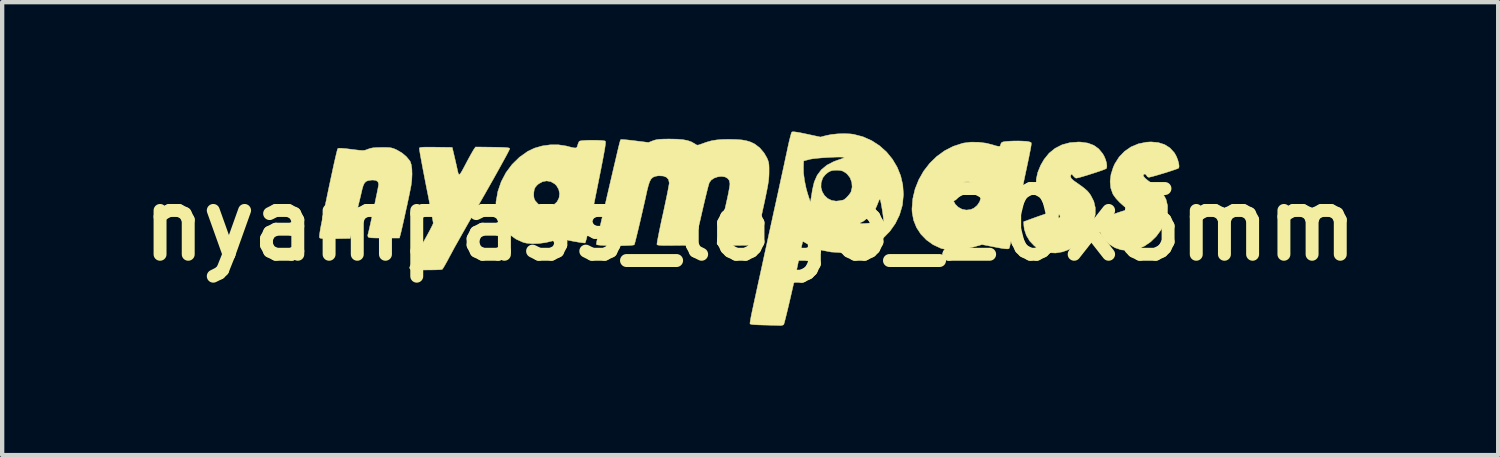
<source format=kicad_pcb>
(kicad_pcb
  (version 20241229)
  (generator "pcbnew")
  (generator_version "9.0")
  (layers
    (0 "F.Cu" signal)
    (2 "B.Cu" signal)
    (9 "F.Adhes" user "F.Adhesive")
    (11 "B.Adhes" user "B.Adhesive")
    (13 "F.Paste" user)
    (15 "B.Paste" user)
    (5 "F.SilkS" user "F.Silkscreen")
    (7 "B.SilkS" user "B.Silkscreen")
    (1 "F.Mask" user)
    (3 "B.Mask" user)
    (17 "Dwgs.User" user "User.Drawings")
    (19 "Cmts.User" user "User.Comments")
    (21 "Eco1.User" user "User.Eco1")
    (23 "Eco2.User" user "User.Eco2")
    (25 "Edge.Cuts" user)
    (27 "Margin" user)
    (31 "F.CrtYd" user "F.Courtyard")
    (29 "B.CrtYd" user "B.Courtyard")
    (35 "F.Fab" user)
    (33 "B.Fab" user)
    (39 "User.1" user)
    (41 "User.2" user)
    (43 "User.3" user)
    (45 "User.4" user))
  (footprint "nyampass_logo_20x5mm"
    (layer "F.Cu")
    (at 14.34 2.155)
    (property "Reference" "nyampass_logo_20x5mm" (at 0 0 0) (layer "F.SilkS") (effects (font (size 1.524 1.524) (thickness 0.3))))
    (attr through_hole)
    (fp_poly (pts (xy 7.664 -1.911) (xy 7.828 -1.888) (xy 7.966 -1.836) (xy 8.08 -1.754) (xy 8.172 -1.642) (xy 8.207 -1.581) (xy 8.24 -1.502) (xy 8.262 -1.422) (xy 8.269 -1.352) (xy 8.261 -1.305) (xy 8.257 -1.3) (xy 8.234 -1.287) (xy 8.181 -1.266) (xy 8.105 -1.239) (xy 8.013 -1.208) (xy 7.913 -1.176) (xy 7.813 -1.144) (xy 7.719 -1.116) (xy 7.639 -1.093) (xy 7.581 -1.079) (xy 7.553 -1.075) (xy 7.529 -1.089) (xy 7.495 -1.123) (xy 7.49 -1.128) (xy 7.461 -1.162) (xy 7.444 -1.166) (xy 7.434 -1.148) (xy 7.427 -1.106) (xy 7.446 -1.066) (xy 7.494 -1.022) (xy 7.526 -0.998) (xy 7.634 -0.923) (xy 7.715 -0.864) (xy 7.774 -0.816) (xy 7.82 -0.774) (xy 7.856 -0.732) (xy 7.889 -0.685) (xy 7.893 -0.68) (xy 7.966 -0.538) (xy 8.001 -0.388) (xy 7.999 -0.23) (xy 7.958 -0.062) (xy 7.901 0.075) (xy 7.805 0.235) (xy 7.687 0.373) (xy 7.55 0.487) (xy 7.4 0.575) (xy 7.242 0.633) (xy 7.081 0.66) (xy 6.921 0.652) (xy 6.857 0.638) (xy 6.714 0.58) (xy 6.587 0.494) (xy 6.482 0.383) (xy 6.404 0.254) (xy 6.356 0.113) (xy 6.345 0.024) (xy 6.34 -0.066) (xy 6.653 -0.179) (xy 6.759 -0.216) (xy 6.854 -0.248) (xy 6.932 -0.273) (xy 6.985 -0.289) (xy 7.005 -0.292) (xy 7.044 -0.274) (xy 7.083 -0.22) (xy 7.118 -0.17) (xy 7.151 -0.148) (xy 7.176 -0.158) (xy 7.185 -0.186) (xy 7.177 -0.215) (xy 7.144 -0.251) (xy 7.08 -0.297) (xy 7.071 -0.303) (xy 6.958 -0.388) (xy 6.851 -0.488) (xy 6.76 -0.593) (xy 6.692 -0.695) (xy 6.663 -0.755) (xy 6.63 -0.894) (xy 6.632 -1.047) (xy 6.667 -1.208) (xy 6.735 -1.374) (xy 6.814 -1.51) (xy 6.931 -1.655) (xy 7.071 -1.768) (xy 7.233 -1.85) (xy 7.413 -1.898) (xy 7.611 -1.913) (xy 7.664 -1.911)) (stroke (width 0.01) (type solid)) (fill yes) (layer "F.SilkS"))
    (fp_poly (pts (xy 9.461 -1.9) (xy 9.607 -1.854) (xy 9.728 -1.778) (xy 9.828 -1.67) (xy 9.846 -1.643) (xy 9.883 -1.574) (xy 9.913 -1.496) (xy 9.934 -1.42) (xy 9.943 -1.356) (xy 9.937 -1.314) (xy 9.932 -1.308) (xy 9.908 -1.296) (xy 9.853 -1.276) (xy 9.776 -1.25) (xy 9.684 -1.22) (xy 9.584 -1.189) (xy 9.484 -1.159) (xy 9.392 -1.132) (xy 9.314 -1.111) (xy 9.26 -1.098) (xy 9.238 -1.095) (xy 9.206 -1.111) (xy 9.193 -1.133) (xy 9.169 -1.166) (xy 9.136 -1.17) (xy 9.114 -1.151) (xy 9.117 -1.121) (xy 9.152 -1.077) (xy 9.215 -1.023) (xy 9.303 -0.961) (xy 9.313 -0.954) (xy 9.459 -0.844) (xy 9.568 -0.72) (xy 9.64 -0.584) (xy 9.676 -0.437) (xy 9.674 -0.28) (xy 9.664 -0.219) (xy 9.61 -0.042) (xy 9.525 0.124) (xy 9.415 0.273) (xy 9.285 0.4) (xy 9.14 0.499) (xy 9.041 0.544) (xy 8.931 0.574) (xy 8.807 0.592) (xy 8.686 0.595) (xy 8.599 0.586) (xy 8.458 0.538) (xy 8.328 0.46) (xy 8.218 0.358) (xy 8.137 0.239) (xy 8.13 0.224) (xy 8.102 0.153) (xy 8.079 0.076) (xy 8.063 0.001) (xy 8.057 -0.06) (xy 8.062 -0.097) (xy 8.064 -0.101) (xy 8.089 -0.114) (xy 8.143 -0.136) (xy 8.219 -0.166) (xy 8.309 -0.199) (xy 8.406 -0.234) (xy 8.501 -0.267) (xy 8.588 -0.296) (xy 8.658 -0.318) (xy 8.703 -0.33) (xy 8.715 -0.332) (xy 8.746 -0.315) (xy 8.773 -0.273) (xy 8.773 -0.273) (xy 8.802 -0.225) (xy 8.836 -0.193) (xy 8.868 -0.184) (xy 8.878 -0.19) (xy 8.89 -0.225) (xy 8.864 -0.27) (xy 8.8 -0.324) (xy 8.788 -0.332) (xy 8.676 -0.416) (xy 8.573 -0.507) (xy 8.485 -0.6) (xy 8.422 -0.685) (xy 8.407 -0.711) (xy 8.359 -0.848) (xy 8.345 -1) (xy 8.365 -1.162) (xy 8.418 -1.329) (xy 8.452 -1.405) (xy 8.553 -1.565) (xy 8.68 -1.697) (xy 8.83 -1.8) (xy 9 -1.871) (xy 9.185 -1.909) (xy 9.292 -1.915) (xy 9.461 -1.9)) (stroke (width 0.01) (type solid)) (fill yes) (layer "F.SilkS"))
    (fp_poly (pts (xy -3.521 -1.952) (xy -3.443 -1.948) (xy -3.385 -1.942) (xy -3.361 -1.935) (xy -3.355 -1.927) (xy -3.353 -1.909) (xy -3.354 -1.88) (xy -3.359 -1.836) (xy -3.368 -1.774) (xy -3.382 -1.692) (xy -3.401 -1.587) (xy -3.426 -1.456) (xy -3.457 -1.296) (xy -3.495 -1.105) (xy -3.54 -0.88) (xy -3.566 -0.75) (xy -3.62 -0.48) (xy -3.668 -0.246) (xy -3.71 -0.049) (xy -3.745 0.112) (xy -3.773 0.239) (xy -3.796 0.332) (xy -3.813 0.393) (xy -3.824 0.423) (xy -3.827 0.426) (xy -3.856 0.426) (xy -3.914 0.419) (xy -3.996 0.406) (xy -4.093 0.389) (xy -4.13 0.382) (xy -4.406 0.328) (xy -4.582 0.38) (xy -4.741 0.418) (xy -4.902 0.439) (xy -5.054 0.444) (xy -5.188 0.431) (xy -5.26 0.413) (xy -5.426 0.339) (xy -5.572 0.236) (xy -5.695 0.109) (xy -5.791 -0.037) (xy -5.858 -0.198) (xy -5.892 -0.368) (xy -5.892 -0.525) (xy -5.869 -0.65) (xy -5.017 -0.65) (xy -5.005 -0.594) (xy -4.984 -0.552) (xy -4.915 -0.476) (xy -4.826 -0.427) (xy -4.728 -0.408) (xy -4.628 -0.421) (xy -4.55 -0.458) (xy -4.474 -0.53) (xy -4.43 -0.619) (xy -4.418 -0.715) (xy -4.437 -0.812) (xy -4.488 -0.9) (xy -4.531 -0.943) (xy -4.621 -0.995) (xy -4.718 -1.012) (xy -4.816 -0.993) (xy -4.909 -0.94) (xy -4.943 -0.909) (xy -4.983 -0.862) (xy -5.004 -0.816) (xy -5.014 -0.753) (xy -5.016 -0.728) (xy -5.017 -0.65) (xy -5.869 -0.65) (xy -5.849 -0.766) (xy -5.771 -0.993) (xy -5.66 -1.204) (xy -5.518 -1.394) (xy -5.347 -1.561) (xy -5.155 -1.697) (xy -4.999 -1.771) (xy -4.821 -1.822) (xy -4.632 -1.848) (xy -4.443 -1.848) (xy -4.265 -1.821) (xy -4.25 -1.817) (xy -4.154 -1.792) (xy -4.089 -1.778) (xy -4.047 -1.775) (xy -4.024 -1.783) (xy -4.01 -1.804) (xy -4 -1.837) (xy -3.983 -1.889) (xy -3.964 -1.927) (xy -3.962 -1.929) (xy -3.936 -1.939) (xy -3.879 -1.946) (xy -3.8 -1.951) (xy -3.709 -1.954) (xy -3.613 -1.954) (xy -3.521 -1.952)) (stroke (width 0.01) (type solid)) (fill yes) (layer "F.SilkS"))
    (fp_poly (pts (xy 6.31 -1.934) (xy 6.396 -1.929) (xy 6.461 -1.92) (xy 6.495 -1.908) (xy 6.502 -1.905) (xy 6.507 -1.903) (xy 6.512 -1.9) (xy 6.515 -1.893) (xy 6.517 -1.882) (xy 6.516 -1.862) (xy 6.513 -1.832) (xy 6.506 -1.79) (xy 6.496 -1.733) (xy 6.481 -1.66) (xy 6.463 -1.567) (xy 6.439 -1.453) (xy 6.41 -1.315) (xy 6.375 -1.151) (xy 6.335 -0.959) (xy 6.287 -0.736) (xy 6.233 -0.481) (xy 6.171 -0.19) (xy 6.143 -0.061) (xy 6.112 0.087) (xy 6.082 0.222) (xy 6.056 0.34) (xy 6.034 0.436) (xy 6.018 0.506) (xy 6.008 0.544) (xy 6.006 0.55) (xy 5.992 0.561) (xy 5.963 0.565) (xy 5.915 0.562) (xy 5.842 0.553) (xy 5.74 0.535) (xy 5.638 0.515) (xy 5.373 0.464) (xy 5.192 0.517) (xy 5.062 0.548) (xy 4.92 0.57) (xy 4.776 0.582) (xy 4.639 0.583) (xy 4.52 0.574) (xy 4.427 0.553) (xy 4.425 0.552) (xy 4.244 0.469) (xy 4.088 0.358) (xy 3.958 0.224) (xy 3.857 0.07) (xy 3.789 -0.1) (xy 3.755 -0.283) (xy 3.751 -0.363) (xy 3.77 -0.597) (xy 3.786 -0.667) (xy 4.689 -0.667) (xy 4.707 -0.561) (xy 4.754 -0.471) (xy 4.825 -0.401) (xy 4.913 -0.354) (xy 5.011 -0.335) (xy 5.112 -0.347) (xy 5.186 -0.379) (xy 5.265 -0.445) (xy 5.321 -0.53) (xy 5.35 -0.627) (xy 5.35 -0.724) (xy 5.326 -0.797) (xy 5.257 -0.893) (xy 5.17 -0.958) (xy 5.069 -0.99) (xy 4.963 -0.987) (xy 4.864 -0.951) (xy 4.786 -0.89) (xy 4.726 -0.806) (xy 4.693 -0.711) (xy 4.689 -0.667) (xy 3.786 -0.667) (xy 3.823 -0.823) (xy 3.908 -1.037) (xy 4.021 -1.237) (xy 4.161 -1.418) (xy 4.324 -1.577) (xy 4.507 -1.71) (xy 4.708 -1.813) (xy 4.923 -1.883) (xy 4.95 -1.889) (xy 5.114 -1.91) (xy 5.294 -1.908) (xy 5.475 -1.885) (xy 5.616 -1.849) (xy 5.702 -1.823) (xy 5.757 -1.812) (xy 5.788 -1.814) (xy 5.801 -1.83) (xy 5.803 -1.846) (xy 5.816 -1.881) (xy 5.834 -1.904) (xy 5.866 -1.916) (xy 5.928 -1.926) (xy 6.012 -1.932) (xy 6.11 -1.936) (xy 6.212 -1.937) (xy 6.31 -1.934)) (stroke (width 0.01) (type solid)) (fill yes) (layer "F.SilkS"))
    (fp_poly (pts (xy -5.973 -1.793) (xy -5.836 -1.791) (xy -5.735 -1.788) (xy -5.663 -1.784) (xy -5.615 -1.779) (xy -5.587 -1.772) (xy -5.575 -1.763) (xy -5.573 -1.758) (xy -5.582 -1.736) (xy -5.608 -1.684) (xy -5.65 -1.603) (xy -5.708 -1.498) (xy -5.778 -1.37) (xy -5.859 -1.224) (xy -5.95 -1.061) (xy -6.05 -0.885) (xy -6.155 -0.699) (xy -6.175 -0.664) (xy -6.285 -0.473) (xy -6.39 -0.288) (xy -6.489 -0.113) (xy -6.581 0.048) (xy -6.663 0.193) (xy -6.733 0.317) (xy -6.79 0.418) (xy -6.832 0.492) (xy -6.856 0.535) (xy -6.857 0.537) (xy -6.901 0.619) (xy -6.954 0.717) (xy -7.007 0.816) (xy -7.025 0.85) (xy -7.067 0.925) (xy -7.103 0.987) (xy -7.13 1.029) (xy -7.14 1.04) (xy -7.165 1.044) (xy -7.222 1.048) (xy -7.302 1.051) (xy -7.398 1.052) (xy -7.501 1.053) (xy -7.606 1.053) (xy -7.702 1.052) (xy -7.784 1.049) (xy -7.842 1.046) (xy -7.869 1.042) (xy -7.89 1.017) (xy -7.894 0.997) (xy -7.884 0.971) (xy -7.857 0.917) (xy -7.816 0.838) (xy -7.763 0.739) (xy -7.699 0.625) (xy -7.629 0.501) (xy -7.62 0.486) (xy -7.549 0.36) (xy -7.485 0.245) (xy -7.43 0.143) (xy -7.387 0.06) (xy -7.358 0.001) (xy -7.347 -0.029) (xy -7.347 -0.031) (xy -7.35 -0.058) (xy -7.361 -0.119) (xy -7.378 -0.211) (xy -7.4 -0.328) (xy -7.426 -0.467) (xy -7.456 -0.624) (xy -7.49 -0.794) (xy -7.513 -0.91) (xy -7.547 -1.086) (xy -7.579 -1.251) (xy -7.607 -1.4) (xy -7.631 -1.53) (xy -7.65 -1.636) (xy -7.663 -1.715) (xy -7.669 -1.762) (xy -7.669 -1.774) (xy -7.657 -1.782) (xy -7.625 -1.789) (xy -7.569 -1.793) (xy -7.484 -1.794) (xy -7.368 -1.794) (xy -7.283 -1.793) (xy -6.907 -1.788) (xy -6.874 -1.651) (xy -6.855 -1.569) (xy -6.831 -1.466) (xy -6.807 -1.36) (xy -6.798 -1.32) (xy -6.782 -1.245) (xy -6.769 -1.193) (xy -6.755 -1.164) (xy -6.738 -1.161) (xy -6.715 -1.184) (xy -6.682 -1.237) (xy -6.637 -1.32) (xy -6.576 -1.436) (xy -6.571 -1.446) (xy -6.521 -1.539) (xy -6.474 -1.624) (xy -6.435 -1.693) (xy -6.408 -1.738) (xy -6.404 -1.744) (xy -6.366 -1.798) (xy -5.973 -1.793)) (stroke (width 0.01) (type solid)) (fill yes) (layer "F.SilkS"))
    (fp_poly (pts (xy -8.439 -1.787) (xy -8.368 -1.784) (xy -8.314 -1.776) (xy -8.266 -1.762) (xy -8.214 -1.74) (xy -8.187 -1.727) (xy -8.07 -1.658) (xy -7.97 -1.574) (xy -7.895 -1.483) (xy -7.878 -1.456) (xy -7.856 -1.386) (xy -7.842 -1.287) (xy -7.838 -1.168) (xy -7.844 -1.038) (xy -7.86 -0.905) (xy -7.864 -0.885) (xy -7.878 -0.813) (xy -7.898 -0.712) (xy -7.924 -0.589) (xy -7.953 -0.451) (xy -7.985 -0.308) (xy -8.016 -0.165) (xy -8.046 -0.031) (xy -8.073 0.087) (xy -8.095 0.181) (xy -8.11 0.239) (xy -8.13 0.313) (xy -8.488 0.313) (xy -8.617 0.312) (xy -8.711 0.311) (xy -8.778 0.308) (xy -8.82 0.303) (xy -8.845 0.296) (xy -8.857 0.285) (xy -8.859 0.282) (xy -8.865 0.248) (xy -8.863 0.238) (xy -8.856 0.214) (xy -8.842 0.158) (xy -8.823 0.075) (xy -8.8 -0.029) (xy -8.774 -0.147) (xy -8.746 -0.275) (xy -8.718 -0.406) (xy -8.691 -0.535) (xy -8.666 -0.655) (xy -8.644 -0.761) (xy -8.627 -0.847) (xy -8.616 -0.908) (xy -8.612 -0.936) (xy -8.628 -0.99) (xy -8.674 -1.023) (xy -8.751 -1.032) (xy -8.777 -1.03) (xy -8.85 -1.02) (xy -8.903 -1) (xy -8.941 -0.963) (xy -8.97 -0.903) (xy -8.996 -0.814) (xy -9.006 -0.768) (xy -9.024 -0.692) (xy -9.049 -0.586) (xy -9.08 -0.46) (xy -9.113 -0.322) (xy -9.148 -0.18) (xy -9.161 -0.127) (xy -9.272 0.322) (xy -9.616 0.328) (xy -9.746 0.329) (xy -9.843 0.328) (xy -9.91 0.325) (xy -9.953 0.32) (xy -9.976 0.311) (xy -9.981 0.307) (xy -9.986 0.289) (xy -9.984 0.25) (xy -9.976 0.189) (xy -9.962 0.1) (xy -9.939 -0.018) (xy -9.909 -0.169) (xy -9.885 -0.285) (xy -9.823 -0.581) (xy -9.769 -0.841) (xy -9.721 -1.066) (xy -9.68 -1.256) (xy -9.646 -1.414) (xy -9.617 -1.54) (xy -9.594 -1.637) (xy -9.577 -1.706) (xy -9.565 -1.747) (xy -9.557 -1.763) (xy -9.529 -1.769) (xy -9.466 -1.767) (xy -9.37 -1.759) (xy -9.249 -1.744) (xy -9.137 -1.73) (xy -9.057 -1.721) (xy -8.999 -1.717) (xy -8.957 -1.718) (xy -8.923 -1.724) (xy -8.889 -1.736) (xy -8.861 -1.747) (xy -8.806 -1.765) (xy -8.744 -1.778) (xy -8.666 -1.784) (xy -8.562 -1.787) (xy -8.538 -1.787) (xy -8.439 -1.787)) (stroke (width 0.01) (type solid)) (fill yes) (layer "F.SilkS"))
    (fp_poly (pts (xy -1.697 -1.979) (xy -1.561 -1.968) (xy -1.451 -1.947) (xy -1.362 -1.916) (xy -1.286 -1.873) (xy -1.282 -1.871) (xy -1.247 -1.847) (xy -1.217 -1.84) (xy -1.18 -1.849) (xy -1.135 -1.865) (xy -1.009 -1.91) (xy -0.894 -1.942) (xy -0.779 -1.961) (xy -0.65 -1.972) (xy -0.496 -1.975) (xy -0.488 -1.975) (xy -0.324 -1.971) (xy -0.191 -1.961) (xy -0.082 -1.941) (xy 0.012 -1.912) (xy 0.097 -1.871) (xy 0.108 -1.865) (xy 0.223 -1.777) (xy 0.322 -1.66) (xy 0.388 -1.546) (xy 0.411 -1.492) (xy 0.426 -1.444) (xy 0.435 -1.389) (xy 0.438 -1.316) (xy 0.438 -1.221) (xy 0.437 -1.158) (xy 0.434 -1.098) (xy 0.428 -1.034) (xy 0.418 -0.963) (xy 0.404 -0.878) (xy 0.384 -0.775) (xy 0.358 -0.647) (xy 0.325 -0.491) (xy 0.296 -0.361) (xy 0.262 -0.203) (xy 0.229 -0.054) (xy 0.198 0.083) (xy 0.172 0.2) (xy 0.151 0.294) (xy 0.136 0.358) (xy 0.13 0.381) (xy 0.105 0.479) (xy -0.316 0.484) (xy -0.46 0.485) (xy -0.569 0.485) (xy -0.649 0.483) (xy -0.703 0.48) (xy -0.738 0.474) (xy -0.756 0.465) (xy -0.76 0.462) (xy -0.767 0.443) (xy -0.766 0.408) (xy -0.757 0.352) (xy -0.739 0.269) (xy -0.712 0.156) (xy -0.696 0.095) (xy -0.65 -0.09) (xy -0.606 -0.269) (xy -0.567 -0.437) (xy -0.533 -0.589) (xy -0.505 -0.721) (xy -0.485 -0.829) (xy -0.472 -0.907) (xy -0.469 -0.946) (xy -0.483 -1.019) (xy -0.517 -1.066) (xy -0.579 -1.103) (xy -0.66 -1.116) (xy -0.747 -1.107) (xy -0.832 -1.078) (xy -0.902 -1.032) (xy -0.947 -0.971) (xy -0.947 -0.971) (xy -0.958 -0.936) (xy -0.977 -0.868) (xy -1.001 -0.774) (xy -1.029 -0.658) (xy -1.061 -0.526) (xy -1.094 -0.385) (xy -1.095 -0.381) (xy -1.129 -0.233) (xy -1.162 -0.088) (xy -1.194 0.047) (xy -1.221 0.164) (xy -1.243 0.257) (xy -1.257 0.313) (xy -1.299 0.479) (xy -1.725 0.484) (xy -1.868 0.485) (xy -1.977 0.485) (xy -2.056 0.484) (xy -2.109 0.48) (xy -2.141 0.475) (xy -2.157 0.467) (xy -2.161 0.462) (xy -2.159 0.437) (xy -2.15 0.378) (xy -2.133 0.291) (xy -2.111 0.179) (xy -2.084 0.047) (xy -2.053 -0.1) (xy -2.023 -0.233) (xy -1.989 -0.391) (xy -1.957 -0.541) (xy -1.929 -0.675) (xy -1.906 -0.79) (xy -1.889 -0.881) (xy -1.878 -0.943) (xy -1.876 -0.967) (xy -1.892 -1.043) (xy -1.939 -1.096) (xy -2.015 -1.125) (xy -2.117 -1.13) (xy -2.143 -1.128) (xy -2.207 -1.116) (xy -2.257 -1.094) (xy -2.297 -1.055) (xy -2.33 -0.995) (xy -2.359 -0.908) (xy -2.389 -0.791) (xy -2.402 -0.733) (xy -2.427 -0.615) (xy -2.457 -0.483) (xy -2.489 -0.342) (xy -2.522 -0.198) (xy -2.555 -0.056) (xy -2.587 0.08) (xy -2.617 0.203) (xy -2.643 0.309) (xy -2.664 0.392) (xy -2.679 0.447) (xy -2.686 0.468) (xy -2.709 0.476) (xy -2.764 0.482) (xy -2.845 0.486) (xy -2.943 0.489) (xy -3.052 0.49) (xy -3.165 0.49) (xy -3.277 0.488) (xy -3.378 0.485) (xy -3.464 0.48) (xy -3.526 0.474) (xy -3.558 0.467) (xy -3.561 0.464) (xy -3.563 0.458) (xy -3.564 0.45) (xy -3.563 0.438) (xy -3.56 0.418) (xy -3.555 0.388) (xy -3.546 0.345) (xy -3.533 0.285) (xy -3.516 0.206) (xy -3.493 0.105) (xy -3.464 -0.02) (xy -3.428 -0.174) (xy -3.386 -0.358) (xy -3.335 -0.576) (xy -3.306 -0.703) (xy -3.248 -0.953) (xy -3.198 -1.167) (xy -3.156 -1.348) (xy -3.12 -1.499) (xy -3.091 -1.624) (xy -3.068 -1.723) (xy -3.049 -1.802) (xy -3.034 -1.861) (xy -3.023 -1.904) (xy -3.015 -1.933) (xy -3.009 -1.952) (xy -3.005 -1.963) (xy -3.001 -1.968) (xy -3 -1.969) (xy -2.978 -1.971) (xy -2.923 -1.968) (xy -2.844 -1.961) (xy -2.745 -1.95) (xy -2.672 -1.941) (xy -2.357 -1.902) (xy -2.258 -1.941) (xy -2.212 -1.957) (xy -2.162 -1.968) (xy -2.1 -1.976) (xy -2.018 -1.98) (xy -1.908 -1.982) (xy -1.866 -1.982) (xy -1.697 -1.979)) (stroke (width 0.01) (type solid)) (fill yes) (layer "F.SilkS"))
    (fp_poly (pts (xy 1.021 -2.149) (xy 1.084 -2.141) (xy 1.175 -2.125) (xy 1.299 -2.099) (xy 1.309 -2.097) (xy 1.631 -2.028) (xy 1.758 -2.062) (xy 1.883 -2.087) (xy 2.029 -2.102) (xy 2.179 -2.107) (xy 2.319 -2.101) (xy 2.395 -2.092) (xy 2.615 -2.035) (xy 2.817 -1.945) (xy 3 -1.826) (xy 3.161 -1.682) (xy 3.298 -1.515) (xy 3.408 -1.33) (xy 3.489 -1.13) (xy 3.538 -0.918) (xy 3.553 -0.698) (xy 3.532 -0.473) (xy 3.525 -0.434) (xy 3.462 -0.222) (xy 3.365 -0.023) (xy 3.237 0.158) (xy 3.082 0.316) (xy 2.905 0.447) (xy 2.813 0.499) (xy 2.655 0.569) (xy 2.502 0.616) (xy 2.341 0.643) (xy 2.158 0.652) (xy 2.13 0.652) (xy 1.879 0.637) (xy 1.653 0.594) (xy 1.453 0.522) (xy 1.284 0.425) (xy 1.245 0.402) (xy 1.221 0.395) (xy 1.22 0.395) (xy 1.213 0.416) (xy 1.201 0.469) (xy 1.183 0.548) (xy 1.162 0.646) (xy 1.144 0.734) (xy 1.115 0.873) (xy 1.083 1.026) (xy 1.048 1.187) (xy 1.011 1.354) (xy 0.973 1.521) (xy 0.936 1.683) (xy 0.9 1.837) (xy 0.867 1.977) (xy 0.837 2.099) (xy 0.812 2.199) (xy 0.793 2.272) (xy 0.78 2.313) (xy 0.777 2.32) (xy 0.746 2.335) (xy 0.695 2.341) (xy 0.686 2.34) (xy 0.642 2.338) (xy 0.568 2.336) (xy 0.472 2.334) (xy 0.363 2.331) (xy 0.31 2.33) (xy 0.182 2.326) (xy 0.09 2.321) (xy 0.03 2.314) (xy 0.00034 2.305) (xy -0.004 2.3) (xy -0.003 2.274) (xy 0.006 2.217) (xy 0.021 2.134) (xy 0.042 2.031) (xy 0.067 1.915) (xy 0.071 1.895) (xy 0.096 1.78) (xy 0.128 1.635) (xy 0.164 1.468) (xy 0.203 1.288) (xy 0.244 1.103) (xy 0.284 0.92) (xy 0.301 0.84) (xy 0.34 0.66) (xy 0.386 0.452) (xy 0.435 0.224) (xy 0.487 -0.012) (xy 0.491 -0.029) (xy 2.548 -0.029) (xy 2.559 -0.023) (xy 2.589 -0.021) (xy 2.643 -0.023) (xy 2.725 -0.029) (xy 2.841 -0.039) (xy 2.853 -0.041) (xy 2.943 -0.05) (xy 3.018 -0.06) (xy 3.07 -0.068) (xy 3.091 -0.075) (xy 3.092 -0.097) (xy 3.088 -0.149) (xy 3.079 -0.222) (xy 3.067 -0.306) (xy 3.053 -0.393) (xy 3.039 -0.474) (xy 3.025 -0.54) (xy 3.016 -0.575) (xy 3.006 -0.588) (xy 2.992 -0.57) (xy 2.97 -0.52) (xy 2.961 -0.496) (xy 2.931 -0.422) (xy 2.898 -0.354) (xy 2.876 -0.318) (xy 2.837 -0.271) (xy 2.784 -0.216) (xy 2.725 -0.16) (xy 2.668 -0.11) (xy 2.62 -0.074) (xy 2.59 -0.059) (xy 2.588 -0.059) (xy 2.556 -0.046) (xy 2.55 -0.039) (xy 2.548 -0.029) (xy 0.491 -0.029) (xy 0.538 -0.247) (xy 0.588 -0.472) (xy 0.626 -0.645) (xy 0.667 -0.833) (xy 0.708 -1.023) (xy 0.748 -1.207) (xy 0.781 -1.358) (xy 1.235 -1.358) (xy 1.237 -1.198) (xy 1.26 -1.019) (xy 1.299 -0.833) (xy 1.333 -0.713) (xy 1.396 -0.518) (xy 1.409 -0.596) (xy 1.42 -0.658) (xy 1.433 -0.739) (xy 1.442 -0.801) (xy 1.456 -0.861) (xy 1.642 -0.861) (xy 1.67 -0.761) (xy 1.722 -0.674) (xy 1.796 -0.604) (xy 1.888 -0.559) (xy 1.992 -0.542) (xy 2.071 -0.551) (xy 2.12 -0.561) (xy 2.151 -0.566) (xy 2.153 -0.566) (xy 2.183 -0.581) (xy 2.226 -0.617) (xy 2.273 -0.666) (xy 2.313 -0.716) (xy 2.338 -0.756) (xy 2.364 -0.866) (xy 2.356 -0.978) (xy 2.317 -1.083) (xy 2.249 -1.171) (xy 2.204 -1.206) (xy 2.146 -1.239) (xy 2.088 -1.255) (xy 2.012 -1.26) (xy 2.003 -1.26) (xy 1.924 -1.256) (xy 1.865 -1.241) (xy 1.808 -1.211) (xy 1.801 -1.206) (xy 1.743 -1.157) (xy 1.693 -1.096) (xy 1.681 -1.075) (xy 1.645 -0.968) (xy 1.642 -0.861) (xy 1.456 -0.861) (xy 1.485 -0.985) (xy 1.554 -1.142) (xy 1.651 -1.271) (xy 1.778 -1.376) (xy 1.937 -1.459) (xy 2.033 -1.494) (xy 2.101 -1.517) (xy 2.155 -1.537) (xy 2.182 -1.551) (xy 2.183 -1.552) (xy 2.174 -1.559) (xy 2.131 -1.563) (xy 2.063 -1.565) (xy 1.976 -1.563) (xy 1.875 -1.559) (xy 1.768 -1.553) (xy 1.661 -1.546) (xy 1.561 -1.537) (xy 1.473 -1.528) (xy 1.405 -1.517) (xy 1.377 -1.511) (xy 1.241 -1.475) (xy 1.235 -1.358) (xy 0.781 -1.358) (xy 0.786 -1.381) (xy 0.819 -1.537) (xy 0.848 -1.669) (xy 0.869 -1.77) (xy 0.873 -1.788) (xy 0.897 -1.898) (xy 0.921 -1.995) (xy 0.941 -2.073) (xy 0.957 -2.125) (xy 0.965 -2.143) (xy 0.983 -2.15) (xy 1.021 -2.149)) (stroke (width 0.01) (type solid)) (fill yes) (layer "F.SilkS")))
  (gr_rect
    (start -3 -3)
    (end 31.68 7.5)
    (stroke (width 0.1) (type default))
    (fill no)
    (layer "Edge.Cuts")))
</source>
